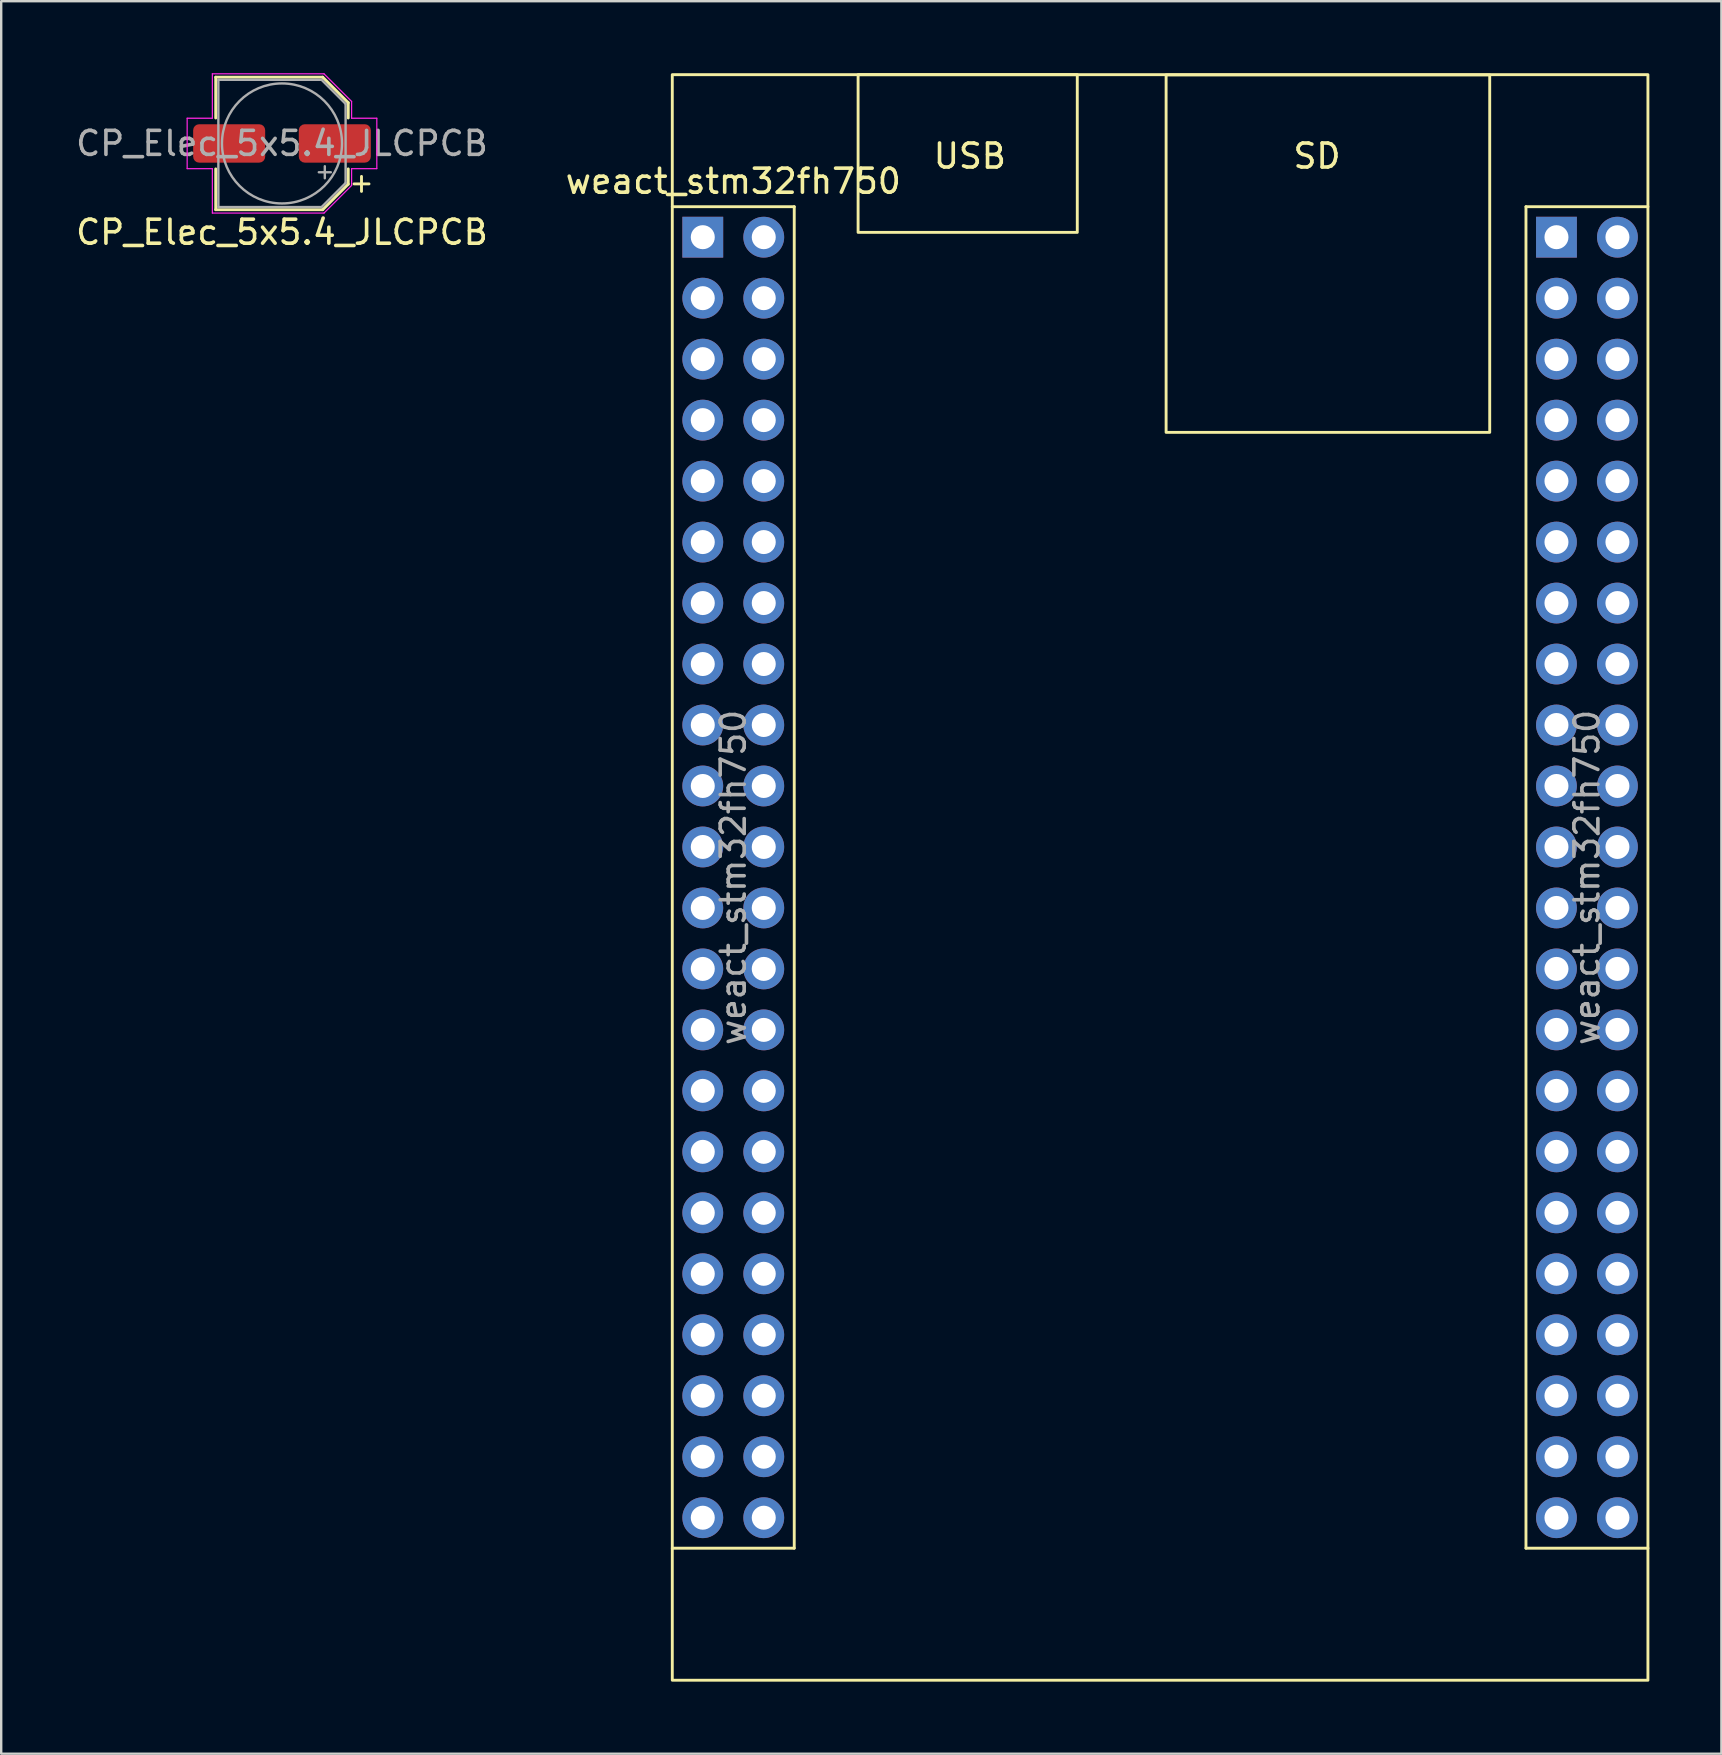
<source format=kicad_pcb>
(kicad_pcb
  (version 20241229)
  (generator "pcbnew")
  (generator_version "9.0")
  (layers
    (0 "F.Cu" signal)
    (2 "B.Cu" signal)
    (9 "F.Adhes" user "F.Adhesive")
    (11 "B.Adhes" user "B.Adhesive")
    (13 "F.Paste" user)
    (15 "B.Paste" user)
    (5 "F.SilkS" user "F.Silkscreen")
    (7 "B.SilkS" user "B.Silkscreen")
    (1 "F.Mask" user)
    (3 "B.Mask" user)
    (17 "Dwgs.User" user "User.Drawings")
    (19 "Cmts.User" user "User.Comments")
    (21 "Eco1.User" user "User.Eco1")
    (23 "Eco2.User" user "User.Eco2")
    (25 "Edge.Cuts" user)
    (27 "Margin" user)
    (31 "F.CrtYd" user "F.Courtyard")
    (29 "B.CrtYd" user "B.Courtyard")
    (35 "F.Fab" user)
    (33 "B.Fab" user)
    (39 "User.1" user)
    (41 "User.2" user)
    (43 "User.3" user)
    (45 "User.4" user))
  (footprint "CP_Elec_5x5.4_JLCPCB"
    (layer "F.Cu")
    (at 8.696 2.925)
    (property "Reference" "CP_Elec_5x5.4_JLCPCB" (at 0 3.7 180) (layer "F.SilkS") (effects (font (size 1 1) (thickness 0.15))))
    (attr smd)
    (fp_line (start -2.76 -2.76) (end -2.76 -1.06) (stroke (width 0.12) (type solid)) (layer "F.SilkS"))
    (fp_line (start -2.76 2.76) (end -2.76 1.06) (stroke (width 0.12) (type solid)) (layer "F.SilkS"))
    (fp_line (start 1.696 -2.76) (end -2.76 -2.76) (stroke (width 0.12) (type solid)) (layer "F.SilkS"))
    (fp_line (start 1.696 2.76) (end -2.76 2.76) (stroke (width 0.12) (type solid)) (layer "F.SilkS"))
    (fp_line (start 2.76 -1.696) (end 1.696 -2.76) (stroke (width 0.12) (type solid)) (layer "F.SilkS"))
    (fp_line (start 2.76 -1.696) (end 2.76 -1.06) (stroke (width 0.12) (type solid)) (layer "F.SilkS"))
    (fp_line (start 2.76 1.696) (end 1.696 2.76) (stroke (width 0.12) (type solid)) (layer "F.SilkS"))
    (fp_line (start 2.76 1.696) (end 2.76 1.06) (stroke (width 0.12) (type solid)) (layer "F.SilkS"))
    (fp_line (start 3.312 1.998) (end 3.312 1.373) (stroke (width 0.12) (type solid)) (layer "F.SilkS"))
    (fp_line (start 3.625 1.685) (end 3 1.685) (stroke (width 0.12) (type solid)) (layer "F.SilkS"))
    (fp_line (start -3.95 -1.05) (end -2.9 -1.05) (stroke (width 0.05) (type solid)) (layer "F.CrtYd"))
    (fp_line (start -3.95 1.05) (end -3.95 -1.05) (stroke (width 0.05) (type solid)) (layer "F.CrtYd"))
    (fp_line (start -2.9 -1.05) (end -2.9 -2.9) (stroke (width 0.05) (type solid)) (layer "F.CrtYd"))
    (fp_line (start -2.9 1.05) (end -3.95 1.05) (stroke (width 0.05) (type solid)) (layer "F.CrtYd"))
    (fp_line (start -2.9 2.9) (end -2.9 1.05) (stroke (width 0.05) (type solid)) (layer "F.CrtYd"))
    (fp_line (start 1.75 -2.9) (end -2.9 -2.9) (stroke (width 0.05) (type solid)) (layer "F.CrtYd"))
    (fp_line (start 1.75 2.9) (end -2.9 2.9) (stroke (width 0.05) (type solid)) (layer "F.CrtYd"))
    (fp_line (start 2.9 -1.75) (end 1.75 -2.9) (stroke (width 0.05) (type solid)) (layer "F.CrtYd"))
    (fp_line (start 2.9 -1.05) (end 2.9 -1.75) (stroke (width 0.05) (type solid)) (layer "F.CrtYd"))
    (fp_line (start 2.9 1.05) (end 3.95 1.05) (stroke (width 0.05) (type solid)) (layer "F.CrtYd"))
    (fp_line (start 2.9 1.75) (end 1.75 2.9) (stroke (width 0.05) (type solid)) (layer "F.CrtYd"))
    (fp_line (start 2.9 1.75) (end 2.9 1.05) (stroke (width 0.05) (type solid)) (layer "F.CrtYd"))
    (fp_line (start 3.95 -1.05) (end 2.9 -1.05) (stroke (width 0.05) (type solid)) (layer "F.CrtYd"))
    (fp_line (start 3.95 1.05) (end 3.95 -1.05) (stroke (width 0.05) (type solid)) (layer "F.CrtYd"))
    (fp_line (start -2.65 2.65) (end -2.65 -2.65) (stroke (width 0.1) (type solid)) (layer "F.Fab"))
    (fp_line (start 1.65 -2.65) (end -2.65 -2.65) (stroke (width 0.1) (type solid)) (layer "F.Fab"))
    (fp_line (start 1.65 2.65) (end -2.65 2.65) (stroke (width 0.1) (type solid)) (layer "F.Fab"))
    (fp_line (start 1.784 1.45) (end 1.784 0.95) (stroke (width 0.1) (type solid)) (layer "F.Fab"))
    (fp_line (start 2.034 1.2) (end 1.534 1.2) (stroke (width 0.1) (type solid)) (layer "F.Fab"))
    (fp_line (start 2.65 -1.65) (end 1.65 -2.65) (stroke (width 0.1) (type solid)) (layer "F.Fab"))
    (fp_line (start 2.65 1.65) (end 1.65 2.65) (stroke (width 0.1) (type solid)) (layer "F.Fab"))
    (fp_line (start 2.65 1.65) (end 2.65 -1.65) (stroke (width 0.1) (type solid)) (layer "F.Fab"))
    (fp_circle (center 0 0) (end -2.5 0) (stroke (width 0.1) (type solid)) (fill no) (layer "F.Fab"))
    (fp_text user "${REFERENCE}" (at 0 0 180) (layer "F.Fab") (effects (font (size 1 1) (thickness 0.15))))
    (pad "1" smd roundrect (at 2.2 0 180) (size 3 1.6) (layers "F.Cu" "F.Mask" "F.Paste") (roundrect_rratio 0.156))
    (pad "2" smd roundrect (at -2.2 0 180) (size 3 1.6) (layers "F.Cu" "F.Mask" "F.Paste") (roundrect_rratio 0.156)))
  (footprint "weact_stm32fh750"
    (layer "F.Cu")
    (at 45.274 33.5)
    (property "Reference" "weact_stm32fh750" (at -17.78 -29 0) (layer "F.SilkS") (effects (font (size 1 1) (thickness 0.15))))
    (attr through_hole)
    (fp_line (start -20.32 -27.94) (end -15.24 -27.94) (stroke (width 0.12) (type default)) (layer "F.SilkS"))
    (fp_line (start -15.24 -27.94) (end -15.24 27.94) (stroke (width 0.12) (type default)) (layer "F.SilkS"))
    (fp_line (start -15.24 27.94) (end -20.32 27.94) (stroke (width 0.12) (type default)) (layer "F.SilkS"))
    (fp_line (start 15.24 -27.94) (end 15.24 27.94) (stroke (width 0.12) (type default)) (layer "F.SilkS"))
    (fp_line (start 15.24 27.94) (end 20.32 27.94) (stroke (width 0.12) (type default)) (layer "F.SilkS"))
    (fp_line (start 20.32 -27.94) (end 15.24 -27.94) (stroke (width 0.12) (type default)) (layer "F.SilkS"))
    (fp_rect (start -20.32 -33.44) (end 20.32 33.44) (stroke (width 0.12) (type default)) (fill no) (layer "F.SilkS"))
    (fp_rect (start -12.58 -33.44) (end -3.45 -26.87) (stroke (width 0.12) (type default)) (fill no) (layer "F.SilkS"))
    (fp_rect (start 0.25 -33.43) (end 13.73 -18.54) (stroke (width 0.12) (type default)) (fill no) (layer "F.SilkS"))
    (fp_text user "SD" (at 5.461 -29.464 0) (unlocked yes) (layer "F.SilkS") (effects (font (size 1 1) (thickness 0.15)) (justify left bottom)))
    (fp_text user "USB" (at -9.525 -29.464 0) (unlocked yes) (layer "F.SilkS") (effects (font (size 1 1) (thickness 0.15)) (justify left bottom)))
    (fp_text user "${REFERENCE}" (at 17.78 0 90) (layer "F.Fab") (effects (font (size 1 1) (thickness 0.15))))
    (fp_text user "${REFERENCE}" (at -17.78 0 90) (layer "F.Fab") (effects (font (size 1 1) (thickness 0.15))))
    (pad "1" thru_hole rect (at -19.05 -26.67) (size 1.7 1.7) (drill 1) (layers "*.Cu" "*.Mask"))
    (pad "2" thru_hole oval (at -16.51 -26.67) (size 1.7 1.7) (drill 1) (layers "*.Cu" "*.Mask"))
    (pad "3" thru_hole oval (at -19.05 -24.13) (size 1.7 1.7) (drill 1) (layers "*.Cu" "*.Mask"))
    (pad "4" thru_hole oval (at -16.51 -24.13) (size 1.7 1.7) (drill 1) (layers "*.Cu" "*.Mask"))
    (pad "5" thru_hole oval (at -19.05 -21.59) (size 1.7 1.7) (drill 1) (layers "*.Cu" "*.Mask"))
    (pad "6" thru_hole oval (at -16.51 -21.59) (size 1.7 1.7) (drill 1) (layers "*.Cu" "*.Mask"))
    (pad "7" thru_hole oval (at -19.05 -19.05) (size 1.7 1.7) (drill 1) (layers "*.Cu" "*.Mask"))
    (pad "8" thru_hole oval (at -16.51 -19.05) (size 1.7 1.7) (drill 1) (layers "*.Cu" "*.Mask"))
    (pad "9" thru_hole oval (at -19.05 -16.51) (size 1.7 1.7) (drill 1) (layers "*.Cu" "*.Mask"))
    (pad "10" thru_hole oval (at -16.51 -16.51) (size 1.7 1.7) (drill 1) (layers "*.Cu" "*.Mask"))
    (pad "11" thru_hole oval (at -19.05 -13.97) (size 1.7 1.7) (drill 1) (layers "*.Cu" "*.Mask"))
    (pad "12" thru_hole oval (at -16.51 -13.97) (size 1.7 1.7) (drill 1) (layers "*.Cu" "*.Mask"))
    (pad "13" thru_hole oval (at -19.05 -11.43) (size 1.7 1.7) (drill 1) (layers "*.Cu" "*.Mask"))
    (pad "14" thru_hole oval (at -16.51 -11.43) (size 1.7 1.7) (drill 1) (layers "*.Cu" "*.Mask"))
    (pad "15" thru_hole oval (at -19.05 -8.89) (size 1.7 1.7) (drill 1) (layers "*.Cu" "*.Mask"))
    (pad "16" thru_hole oval (at -16.51 -8.89) (size 1.7 1.7) (drill 1) (layers "*.Cu" "*.Mask"))
    (pad "17" thru_hole oval (at -19.05 -6.35) (size 1.7 1.7) (drill 1) (layers "*.Cu" "*.Mask"))
    (pad "18" thru_hole oval (at -16.51 -6.35) (size 1.7 1.7) (drill 1) (layers "*.Cu" "*.Mask"))
    (pad "19" thru_hole oval (at -19.05 -3.81) (size 1.7 1.7) (drill 1) (layers "*.Cu" "*.Mask"))
    (pad "20" thru_hole oval (at -16.51 -3.81) (size 1.7 1.7) (drill 1) (layers "*.Cu" "*.Mask"))
    (pad "21" thru_hole oval (at -19.05 -1.27) (size 1.7 1.7) (drill 1) (layers "*.Cu" "*.Mask"))
    (pad "22" thru_hole oval (at -16.51 -1.27) (size 1.7 1.7) (drill 1) (layers "*.Cu" "*.Mask"))
    (pad "23" thru_hole oval (at -19.05 1.27) (size 1.7 1.7) (drill 1) (layers "*.Cu" "*.Mask"))
    (pad "24" thru_hole oval (at -16.51 1.27) (size 1.7 1.7) (drill 1) (layers "*.Cu" "*.Mask"))
    (pad "25" thru_hole oval (at -19.05 3.81) (size 1.7 1.7) (drill 1) (layers "*.Cu" "*.Mask"))
    (pad "26" thru_hole oval (at -16.51 3.81) (size 1.7 1.7) (drill 1) (layers "*.Cu" "*.Mask"))
    (pad "27" thru_hole oval (at -19.05 6.35) (size 1.7 1.7) (drill 1) (layers "*.Cu" "*.Mask"))
    (pad "28" thru_hole oval (at -16.51 6.35) (size 1.7 1.7) (drill 1) (layers "*.Cu" "*.Mask"))
    (pad "29" thru_hole oval (at -19.05 8.89) (size 1.7 1.7) (drill 1) (layers "*.Cu" "*.Mask"))
    (pad "30" thru_hole oval (at -16.51 8.89) (size 1.7 1.7) (drill 1) (layers "*.Cu" "*.Mask"))
    (pad "31" thru_hole oval (at -19.05 11.43) (size 1.7 1.7) (drill 1) (layers "*.Cu" "*.Mask"))
    (pad "32" thru_hole oval (at -16.51 11.43) (size 1.7 1.7) (drill 1) (layers "*.Cu" "*.Mask"))
    (pad "33" thru_hole oval (at -19.05 13.97) (size 1.7 1.7) (drill 1) (layers "*.Cu" "*.Mask"))
    (pad "34" thru_hole oval (at -16.51 13.97) (size 1.7 1.7) (drill 1) (layers "*.Cu" "*.Mask"))
    (pad "35" thru_hole oval (at -19.05 16.51) (size 1.7 1.7) (drill 1) (layers "*.Cu" "*.Mask"))
    (pad "36" thru_hole oval (at -16.51 16.51) (size 1.7 1.7) (drill 1) (layers "*.Cu" "*.Mask"))
    (pad "37" thru_hole oval (at -19.05 19.05) (size 1.7 1.7) (drill 1) (layers "*.Cu" "*.Mask"))
    (pad "38" thru_hole oval (at -16.51 19.05) (size 1.7 1.7) (drill 1) (layers "*.Cu" "*.Mask"))
    (pad "39" thru_hole oval (at -19.05 21.59) (size 1.7 1.7) (drill 1) (layers "*.Cu" "*.Mask"))
    (pad "40" thru_hole oval (at -16.51 21.59) (size 1.7 1.7) (drill 1) (layers "*.Cu" "*.Mask"))
    (pad "41" thru_hole oval (at -19.05 24.13) (size 1.7 1.7) (drill 1) (layers "*.Cu" "*.Mask"))
    (pad "42" thru_hole oval (at -16.51 24.13) (size 1.7 1.7) (drill 1) (layers "*.Cu" "*.Mask"))
    (pad "43" thru_hole oval (at -19.05 26.67) (size 1.7 1.7) (drill 1) (layers "*.Cu" "*.Mask"))
    (pad "44" thru_hole oval (at -16.51 26.67) (size 1.7 1.7) (drill 1) (layers "*.Cu" "*.Mask"))
    (pad "45" thru_hole rect (at 16.51 -26.67) (size 1.7 1.7) (drill 1) (layers "*.Cu" "*.Mask"))
    (pad "46" thru_hole oval (at 19.05 -26.67) (size 1.7 1.7) (drill 1) (layers "*.Cu" "*.Mask"))
    (pad "47" thru_hole oval (at 16.51 -24.13) (size 1.7 1.7) (drill 1) (layers "*.Cu" "*.Mask"))
    (pad "48" thru_hole oval (at 19.05 -24.13) (size 1.7 1.7) (drill 1) (layers "*.Cu" "*.Mask"))
    (pad "49" thru_hole oval (at 16.51 -21.59) (size 1.7 1.7) (drill 1) (layers "*.Cu" "*.Mask"))
    (pad "50" thru_hole oval (at 19.05 -21.59) (size 1.7 1.7) (drill 1) (layers "*.Cu" "*.Mask"))
    (pad "51" thru_hole oval (at 16.51 -19.05) (size 1.7 1.7) (drill 1) (layers "*.Cu" "*.Mask"))
    (pad "52" thru_hole oval (at 19.05 -19.05) (size 1.7 1.7) (drill 1) (layers "*.Cu" "*.Mask"))
    (pad "53" thru_hole oval (at 16.51 -16.51) (size 1.7 1.7) (drill 1) (layers "*.Cu" "*.Mask"))
    (pad "54" thru_hole oval (at 19.05 -16.51) (size 1.7 1.7) (drill 1) (layers "*.Cu" "*.Mask"))
    (pad "55" thru_hole oval (at 16.51 -13.97) (size 1.7 1.7) (drill 1) (layers "*.Cu" "*.Mask"))
    (pad "56" thru_hole oval (at 19.05 -13.97) (size 1.7 1.7) (drill 1) (layers "*.Cu" "*.Mask"))
    (pad "57" thru_hole oval (at 16.51 -11.43) (size 1.7 1.7) (drill 1) (layers "*.Cu" "*.Mask"))
    (pad "58" thru_hole oval (at 19.05 -11.43) (size 1.7 1.7) (drill 1) (layers "*.Cu" "*.Mask"))
    (pad "59" thru_hole oval (at 16.51 -8.89) (size 1.7 1.7) (drill 1) (layers "*.Cu" "*.Mask"))
    (pad "60" thru_hole oval (at 19.05 -8.89) (size 1.7 1.7) (drill 1) (layers "*.Cu" "*.Mask"))
    (pad "61" thru_hole oval (at 16.51 -6.35) (size 1.7 1.7) (drill 1) (layers "*.Cu" "*.Mask"))
    (pad "62" thru_hole oval (at 19.05 -6.35) (size 1.7 1.7) (drill 1) (layers "*.Cu" "*.Mask"))
    (pad "63" thru_hole oval (at 16.51 -3.81) (size 1.7 1.7) (drill 1) (layers "*.Cu" "*.Mask"))
    (pad "64" thru_hole oval (at 19.05 -3.81) (size 1.7 1.7) (drill 1) (layers "*.Cu" "*.Mask"))
    (pad "65" thru_hole oval (at 16.51 -1.27) (size 1.7 1.7) (drill 1) (layers "*.Cu" "*.Mask"))
    (pad "66" thru_hole oval (at 19.05 -1.27) (size 1.7 1.7) (drill 1) (layers "*.Cu" "*.Mask"))
    (pad "67" thru_hole oval (at 16.51 1.27) (size 1.7 1.7) (drill 1) (layers "*.Cu" "*.Mask"))
    (pad "68" thru_hole oval (at 19.05 1.27) (size 1.7 1.7) (drill 1) (layers "*.Cu" "*.Mask"))
    (pad "69" thru_hole oval (at 16.51 3.81) (size 1.7 1.7) (drill 1) (layers "*.Cu" "*.Mask"))
    (pad "70" thru_hole oval (at 19.05 3.81) (size 1.7 1.7) (drill 1) (layers "*.Cu" "*.Mask"))
    (pad "71" thru_hole oval (at 16.51 6.35) (size 1.7 1.7) (drill 1) (layers "*.Cu" "*.Mask"))
    (pad "72" thru_hole oval (at 19.05 6.35) (size 1.7 1.7) (drill 1) (layers "*.Cu" "*.Mask"))
    (pad "73" thru_hole oval (at 16.51 8.89) (size 1.7 1.7) (drill 1) (layers "*.Cu" "*.Mask"))
    (pad "74" thru_hole oval (at 19.05 8.89) (size 1.7 1.7) (drill 1) (layers "*.Cu" "*.Mask"))
    (pad "75" thru_hole oval (at 16.51 11.43) (size 1.7 1.7) (drill 1) (layers "*.Cu" "*.Mask"))
    (pad "76" thru_hole oval (at 19.05 11.43) (size 1.7 1.7) (drill 1) (layers "*.Cu" "*.Mask"))
    (pad "77" thru_hole oval (at 16.51 13.97) (size 1.7 1.7) (drill 1) (layers "*.Cu" "*.Mask"))
    (pad "78" thru_hole oval (at 19.05 13.97) (size 1.7 1.7) (drill 1) (layers "*.Cu" "*.Mask"))
    (pad "79" thru_hole oval (at 16.51 16.51) (size 1.7 1.7) (drill 1) (layers "*.Cu" "*.Mask"))
    (pad "80" thru_hole oval (at 19.05 16.51) (size 1.7 1.7) (drill 1) (layers "*.Cu" "*.Mask"))
    (pad "81" thru_hole oval (at 16.51 19.05) (size 1.7 1.7) (drill 1) (layers "*.Cu" "*.Mask"))
    (pad "82" thru_hole oval (at 19.05 19.05) (size 1.7 1.7) (drill 1) (layers "*.Cu" "*.Mask"))
    (pad "83" thru_hole oval (at 16.51 21.59) (size 1.7 1.7) (drill 1) (layers "*.Cu" "*.Mask"))
    (pad "84" thru_hole oval (at 19.05 21.59) (size 1.7 1.7) (drill 1) (layers "*.Cu" "*.Mask"))
    (pad "85" thru_hole oval (at 16.51 24.13) (size 1.7 1.7) (drill 1) (layers "*.Cu" "*.Mask"))
    (pad "86" thru_hole oval (at 19.05 24.13) (size 1.7 1.7) (drill 1) (layers "*.Cu" "*.Mask"))
    (pad "87" thru_hole oval (at 16.51 26.67) (size 1.7 1.7) (drill 1) (layers "*.Cu" "*.Mask"))
    (pad "88" thru_hole oval (at 19.05 26.67) (size 1.7 1.7) (drill 1) (layers "*.Cu" "*.Mask")))
  (gr_rect
    (start -3 -3)
    (end 68.654 70)
    (stroke (width 0.1) (type default))
    (fill no)
    (layer "Edge.Cuts")))
</source>
